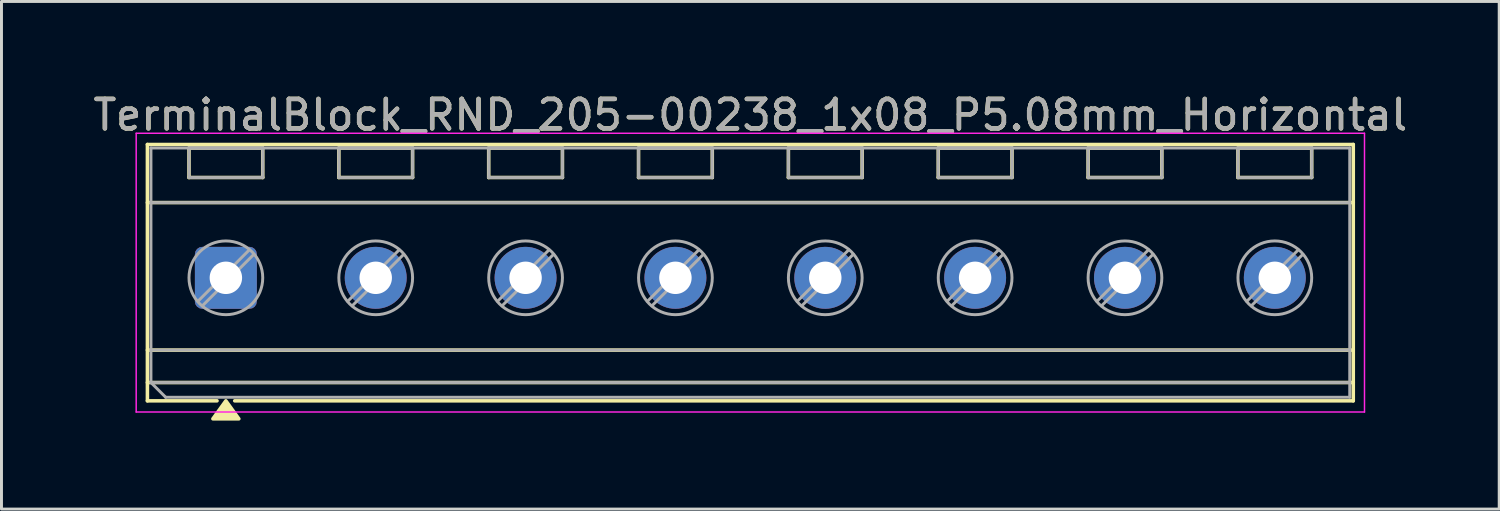
<source format=kicad_pcb>
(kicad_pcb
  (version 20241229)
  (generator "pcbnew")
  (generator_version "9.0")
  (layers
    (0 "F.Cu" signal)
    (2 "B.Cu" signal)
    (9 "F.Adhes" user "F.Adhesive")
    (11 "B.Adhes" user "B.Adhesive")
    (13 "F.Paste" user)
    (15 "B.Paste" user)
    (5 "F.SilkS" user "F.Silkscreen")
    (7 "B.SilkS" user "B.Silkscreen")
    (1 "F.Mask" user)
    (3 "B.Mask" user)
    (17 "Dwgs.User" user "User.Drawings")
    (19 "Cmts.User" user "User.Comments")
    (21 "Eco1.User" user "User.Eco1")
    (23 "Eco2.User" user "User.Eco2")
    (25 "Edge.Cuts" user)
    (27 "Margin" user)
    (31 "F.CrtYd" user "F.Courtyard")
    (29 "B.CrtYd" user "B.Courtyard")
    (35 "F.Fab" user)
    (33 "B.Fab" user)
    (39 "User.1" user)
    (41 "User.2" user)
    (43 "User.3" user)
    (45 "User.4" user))
  (footprint "TerminalBlock_RND_205-00238_1x08_P5.08mm_Horizontal"
    (layer "F.Cu")
    (at 4.607 6.368)
    (property "Reference" "TerminalBlock_RND_205-00238_1x08_P5.08mm_Horizontal" (at 17.78 -5.52 0) (layer "F.SilkS") (effects (font (size 1 1) (thickness 0.15))))
    (attr through_hole)
    (fp_line (start -2.66 -4.52) (end 38.22 -4.52) (stroke (width 0.12) (type solid)) (layer "F.SilkS"))
    (fp_line (start -2.66 -2.55) (end 38.22 -2.55) (stroke (width 0.12) (type solid)) (layer "F.SilkS"))
    (fp_line (start -2.66 2.45) (end 38.22 2.45) (stroke (width 0.12) (type solid)) (layer "F.SilkS"))
    (fp_line (start -2.66 3.55) (end 38.22 3.55) (stroke (width 0.12) (type solid)) (layer "F.SilkS"))
    (fp_line (start -2.66 4.17) (end -2.66 -4.52) (stroke (width 0.12) (type solid)) (layer "F.SilkS"))
    (fp_line (start -1.25 -4.4) (end 1.25 -4.4) (stroke (width 0.12) (type solid)) (layer "F.SilkS"))
    (fp_line (start -1.25 -3.4) (end -1.25 -4.4) (stroke (width 0.12) (type solid)) (layer "F.SilkS"))
    (fp_line (start -0.3 4.17) (end -2.66 4.17) (stroke (width 0.12) (type solid)) (layer "F.SilkS"))
    (fp_line (start 1.25 -4.4) (end 1.25 -3.4) (stroke (width 0.12) (type solid)) (layer "F.SilkS"))
    (fp_line (start 1.25 -3.4) (end -1.25 -3.4) (stroke (width 0.12) (type solid)) (layer "F.SilkS"))
    (fp_line (start 3.83 -4.4) (end 6.33 -4.4) (stroke (width 0.12) (type solid)) (layer "F.SilkS"))
    (fp_line (start 3.83 -3.4) (end 3.83 -4.4) (stroke (width 0.12) (type solid)) (layer "F.SilkS"))
    (fp_line (start 6.33 -4.4) (end 6.33 -3.4) (stroke (width 0.12) (type solid)) (layer "F.SilkS"))
    (fp_line (start 6.33 -3.4) (end 3.83 -3.4) (stroke (width 0.12) (type solid)) (layer "F.SilkS"))
    (fp_line (start 8.91 -4.4) (end 11.41 -4.4) (stroke (width 0.12) (type solid)) (layer "F.SilkS"))
    (fp_line (start 8.91 -3.4) (end 8.91 -4.4) (stroke (width 0.12) (type solid)) (layer "F.SilkS"))
    (fp_line (start 11.41 -4.4) (end 11.41 -3.4) (stroke (width 0.12) (type solid)) (layer "F.SilkS"))
    (fp_line (start 11.41 -3.4) (end 8.91 -3.4) (stroke (width 0.12) (type solid)) (layer "F.SilkS"))
    (fp_line (start 13.99 -4.4) (end 16.49 -4.4) (stroke (width 0.12) (type solid)) (layer "F.SilkS"))
    (fp_line (start 13.99 -3.4) (end 13.99 -4.4) (stroke (width 0.12) (type solid)) (layer "F.SilkS"))
    (fp_line (start 16.49 -4.4) (end 16.49 -3.4) (stroke (width 0.12) (type solid)) (layer "F.SilkS"))
    (fp_line (start 16.49 -3.4) (end 13.99 -3.4) (stroke (width 0.12) (type solid)) (layer "F.SilkS"))
    (fp_line (start 19.07 -4.4) (end 21.57 -4.4) (stroke (width 0.12) (type solid)) (layer "F.SilkS"))
    (fp_line (start 19.07 -3.4) (end 19.07 -4.4) (stroke (width 0.12) (type solid)) (layer "F.SilkS"))
    (fp_line (start 21.57 -4.4) (end 21.57 -3.4) (stroke (width 0.12) (type solid)) (layer "F.SilkS"))
    (fp_line (start 21.57 -3.4) (end 19.07 -3.4) (stroke (width 0.12) (type solid)) (layer "F.SilkS"))
    (fp_line (start 24.15 -4.4) (end 26.65 -4.4) (stroke (width 0.12) (type solid)) (layer "F.SilkS"))
    (fp_line (start 24.15 -3.4) (end 24.15 -4.4) (stroke (width 0.12) (type solid)) (layer "F.SilkS"))
    (fp_line (start 26.65 -4.4) (end 26.65 -3.4) (stroke (width 0.12) (type solid)) (layer "F.SilkS"))
    (fp_line (start 26.65 -3.4) (end 24.15 -3.4) (stroke (width 0.12) (type solid)) (layer "F.SilkS"))
    (fp_line (start 29.23 -4.4) (end 31.73 -4.4) (stroke (width 0.12) (type solid)) (layer "F.SilkS"))
    (fp_line (start 29.23 -3.4) (end 29.23 -4.4) (stroke (width 0.12) (type solid)) (layer "F.SilkS"))
    (fp_line (start 31.73 -4.4) (end 31.73 -3.4) (stroke (width 0.12) (type solid)) (layer "F.SilkS"))
    (fp_line (start 31.73 -3.4) (end 29.23 -3.4) (stroke (width 0.12) (type solid)) (layer "F.SilkS"))
    (fp_line (start 34.31 -4.4) (end 36.81 -4.4) (stroke (width 0.12) (type solid)) (layer "F.SilkS"))
    (fp_line (start 34.31 -3.4) (end 34.31 -4.4) (stroke (width 0.12) (type solid)) (layer "F.SilkS"))
    (fp_line (start 36.81 -4.4) (end 36.81 -3.4) (stroke (width 0.12) (type solid)) (layer "F.SilkS"))
    (fp_line (start 36.81 -3.4) (end 34.31 -3.4) (stroke (width 0.12) (type solid)) (layer "F.SilkS"))
    (fp_line (start 38.22 -4.52) (end 38.22 4.17) (stroke (width 0.12) (type solid)) (layer "F.SilkS"))
    (fp_line (start 38.22 4.17) (end 0.3 4.17) (stroke (width 0.12) (type solid)) (layer "F.SilkS"))
    (fp_poly (pts (xy 0 4.17) (xy 0.44 4.78) (xy -0.44 4.78)) (stroke (width 0.12) (type solid)) (fill yes) (layer "F.SilkS"))
    (fp_line (start -3.04 -4.9) (end -3.04 4.55) (stroke (width 0.05) (type solid)) (layer "F.CrtYd"))
    (fp_line (start -3.04 4.55) (end 38.6 4.55) (stroke (width 0.05) (type solid)) (layer "F.CrtYd"))
    (fp_line (start 38.6 -4.9) (end -3.04 -4.9) (stroke (width 0.05) (type solid)) (layer "F.CrtYd"))
    (fp_line (start 38.6 4.55) (end 38.6 -4.9) (stroke (width 0.05) (type solid)) (layer "F.CrtYd"))
    (fp_line (start -2.54 -4.4) (end 38.1 -4.4) (stroke (width 0.1) (type solid)) (layer "F.Fab"))
    (fp_line (start -2.54 -2.55) (end 38.1 -2.55) (stroke (width 0.1) (type solid)) (layer "F.Fab"))
    (fp_line (start -2.54 2.45) (end 38.1 2.45) (stroke (width 0.1) (type solid)) (layer "F.Fab"))
    (fp_line (start -2.54 3.55) (end -2.54 -4.4) (stroke (width 0.1) (type solid)) (layer "F.Fab"))
    (fp_line (start -2.54 3.55) (end 38.1 3.55) (stroke (width 0.1) (type solid)) (layer "F.Fab"))
    (fp_line (start -2.04 4.05) (end -2.54 3.55) (stroke (width 0.1) (type solid)) (layer "F.Fab"))
    (fp_line (start -1.25 -4.4) (end -1.25 -3.4) (stroke (width 0.1) (type solid)) (layer "F.Fab"))
    (fp_line (start -1.25 -3.4) (end 1.25 -3.4) (stroke (width 0.1) (type solid)) (layer "F.Fab"))
    (fp_line (start 0.795 -0.948) (end -0.948 0.795) (stroke (width 0.1) (type solid)) (layer "F.Fab"))
    (fp_line (start 0.948 -0.795) (end -0.795 0.948) (stroke (width 0.1) (type solid)) (layer "F.Fab"))
    (fp_line (start 1.25 -4.4) (end -1.25 -4.4) (stroke (width 0.1) (type solid)) (layer "F.Fab"))
    (fp_line (start 1.25 -3.4) (end 1.25 -4.4) (stroke (width 0.1) (type solid)) (layer "F.Fab"))
    (fp_line (start 3.83 -4.4) (end 3.83 -3.4) (stroke (width 0.1) (type solid)) (layer "F.Fab"))
    (fp_line (start 3.83 -3.4) (end 6.33 -3.4) (stroke (width 0.1) (type solid)) (layer "F.Fab"))
    (fp_line (start 5.875 -0.948) (end 4.132 0.795) (stroke (width 0.1) (type solid)) (layer "F.Fab"))
    (fp_line (start 6.028 -0.795) (end 4.285 0.948) (stroke (width 0.1) (type solid)) (layer "F.Fab"))
    (fp_line (start 6.33 -4.4) (end 3.83 -4.4) (stroke (width 0.1) (type solid)) (layer "F.Fab"))
    (fp_line (start 6.33 -3.4) (end 6.33 -4.4) (stroke (width 0.1) (type solid)) (layer "F.Fab"))
    (fp_line (start 8.91 -4.4) (end 8.91 -3.4) (stroke (width 0.1) (type solid)) (layer "F.Fab"))
    (fp_line (start 8.91 -3.4) (end 11.41 -3.4) (stroke (width 0.1) (type solid)) (layer "F.Fab"))
    (fp_line (start 10.955 -0.948) (end 9.212 0.795) (stroke (width 0.1) (type solid)) (layer "F.Fab"))
    (fp_line (start 11.108 -0.795) (end 9.365 0.948) (stroke (width 0.1) (type solid)) (layer "F.Fab"))
    (fp_line (start 11.41 -4.4) (end 8.91 -4.4) (stroke (width 0.1) (type solid)) (layer "F.Fab"))
    (fp_line (start 11.41 -3.4) (end 11.41 -4.4) (stroke (width 0.1) (type solid)) (layer "F.Fab"))
    (fp_line (start 13.99 -4.4) (end 13.99 -3.4) (stroke (width 0.1) (type solid)) (layer "F.Fab"))
    (fp_line (start 13.99 -3.4) (end 16.49 -3.4) (stroke (width 0.1) (type solid)) (layer "F.Fab"))
    (fp_line (start 16.035 -0.948) (end 14.292 0.795) (stroke (width 0.1) (type solid)) (layer "F.Fab"))
    (fp_line (start 16.188 -0.795) (end 14.445 0.948) (stroke (width 0.1) (type solid)) (layer "F.Fab"))
    (fp_line (start 16.49 -4.4) (end 13.99 -4.4) (stroke (width 0.1) (type solid)) (layer "F.Fab"))
    (fp_line (start 16.49 -3.4) (end 16.49 -4.4) (stroke (width 0.1) (type solid)) (layer "F.Fab"))
    (fp_line (start 19.07 -4.4) (end 19.07 -3.4) (stroke (width 0.1) (type solid)) (layer "F.Fab"))
    (fp_line (start 19.07 -3.4) (end 21.57 -3.4) (stroke (width 0.1) (type solid)) (layer "F.Fab"))
    (fp_line (start 21.115 -0.948) (end 19.372 0.795) (stroke (width 0.1) (type solid)) (layer "F.Fab"))
    (fp_line (start 21.268 -0.795) (end 19.525 0.948) (stroke (width 0.1) (type solid)) (layer "F.Fab"))
    (fp_line (start 21.57 -4.4) (end 19.07 -4.4) (stroke (width 0.1) (type solid)) (layer "F.Fab"))
    (fp_line (start 21.57 -3.4) (end 21.57 -4.4) (stroke (width 0.1) (type solid)) (layer "F.Fab"))
    (fp_line (start 24.15 -4.4) (end 24.15 -3.4) (stroke (width 0.1) (type solid)) (layer "F.Fab"))
    (fp_line (start 24.15 -3.4) (end 26.65 -3.4) (stroke (width 0.1) (type solid)) (layer "F.Fab"))
    (fp_line (start 26.195 -0.948) (end 24.452 0.795) (stroke (width 0.1) (type solid)) (layer "F.Fab"))
    (fp_line (start 26.348 -0.795) (end 24.605 0.948) (stroke (width 0.1) (type solid)) (layer "F.Fab"))
    (fp_line (start 26.65 -4.4) (end 24.15 -4.4) (stroke (width 0.1) (type solid)) (layer "F.Fab"))
    (fp_line (start 26.65 -3.4) (end 26.65 -4.4) (stroke (width 0.1) (type solid)) (layer "F.Fab"))
    (fp_line (start 29.23 -4.4) (end 29.23 -3.4) (stroke (width 0.1) (type solid)) (layer "F.Fab"))
    (fp_line (start 29.23 -3.4) (end 31.73 -3.4) (stroke (width 0.1) (type solid)) (layer "F.Fab"))
    (fp_line (start 31.275 -0.948) (end 29.532 0.795) (stroke (width 0.1) (type solid)) (layer "F.Fab"))
    (fp_line (start 31.428 -0.795) (end 29.685 0.948) (stroke (width 0.1) (type solid)) (layer "F.Fab"))
    (fp_line (start 31.73 -4.4) (end 29.23 -4.4) (stroke (width 0.1) (type solid)) (layer "F.Fab"))
    (fp_line (start 31.73 -3.4) (end 31.73 -4.4) (stroke (width 0.1) (type solid)) (layer "F.Fab"))
    (fp_line (start 34.31 -4.4) (end 34.31 -3.4) (stroke (width 0.1) (type solid)) (layer "F.Fab"))
    (fp_line (start 34.31 -3.4) (end 36.81 -3.4) (stroke (width 0.1) (type solid)) (layer "F.Fab"))
    (fp_line (start 36.355 -0.948) (end 34.612 0.795) (stroke (width 0.1) (type solid)) (layer "F.Fab"))
    (fp_line (start 36.508 -0.795) (end 34.765 0.948) (stroke (width 0.1) (type solid)) (layer "F.Fab"))
    (fp_line (start 36.81 -4.4) (end 34.31 -4.4) (stroke (width 0.1) (type solid)) (layer "F.Fab"))
    (fp_line (start 36.81 -3.4) (end 36.81 -4.4) (stroke (width 0.1) (type solid)) (layer "F.Fab"))
    (fp_line (start 38.1 -4.4) (end 38.1 4.05) (stroke (width 0.1) (type solid)) (layer "F.Fab"))
    (fp_line (start 38.1 4.05) (end -2.04 4.05) (stroke (width 0.1) (type solid)) (layer "F.Fab"))
    (fp_circle (center 0 0) (end 1.25 0) (stroke (width 0.1) (type solid)) (fill no) (layer "F.Fab"))
    (fp_circle (center 5.08 0) (end 6.33 0) (stroke (width 0.1) (type solid)) (fill no) (layer "F.Fab"))
    (fp_circle (center 10.16 0) (end 11.41 0) (stroke (width 0.1) (type solid)) (fill no) (layer "F.Fab"))
    (fp_circle (center 15.24 0) (end 16.49 0) (stroke (width 0.1) (type solid)) (fill no) (layer "F.Fab"))
    (fp_circle (center 20.32 0) (end 21.57 0) (stroke (width 0.1) (type solid)) (fill no) (layer "F.Fab"))
    (fp_circle (center 25.4 0) (end 26.65 0) (stroke (width 0.1) (type solid)) (fill no) (layer "F.Fab"))
    (fp_circle (center 30.48 0) (end 31.73 0) (stroke (width 0.1) (type solid)) (fill no) (layer "F.Fab"))
    (fp_circle (center 35.56 0) (end 36.81 0) (stroke (width 0.1) (type solid)) (fill no) (layer "F.Fab"))
    (fp_text user "${REFERENCE}" (at 17.78 -5.52 0) (layer "F.Fab") (effects (font (size 1 1) (thickness 0.15))))
    (pad "1" thru_hole roundrect (at 0 0) (size 2.1 2.1) (drill 1.1) (layers "*.Cu" "*.Mask") (roundrect_rratio 0.119))
    (pad "2" thru_hole circle (at 5.08 0) (size 2.1 2.1) (drill 1.1) (layers "*.Cu" "*.Mask"))
    (pad "3" thru_hole circle (at 10.16 0) (size 2.1 2.1) (drill 1.1) (layers "*.Cu" "*.Mask"))
    (pad "4" thru_hole circle (at 15.24 0) (size 2.1 2.1) (drill 1.1) (layers "*.Cu" "*.Mask"))
    (pad "5" thru_hole circle (at 20.32 0) (size 2.1 2.1) (drill 1.1) (layers "*.Cu" "*.Mask"))
    (pad "6" thru_hole circle (at 25.4 0) (size 2.1 2.1) (drill 1.1) (layers "*.Cu" "*.Mask"))
    (pad "7" thru_hole circle (at 30.48 0) (size 2.1 2.1) (drill 1.1) (layers "*.Cu" "*.Mask"))
    (pad "8" thru_hole circle (at 35.56 0) (size 2.1 2.1) (drill 1.1) (layers "*.Cu" "*.Mask")))
  (gr_rect
    (start -3 -3)
    (end 47.774 14.208)
    (stroke (width 0.1) (type default))
    (fill no)
    (layer "Edge.Cuts")))
</source>
